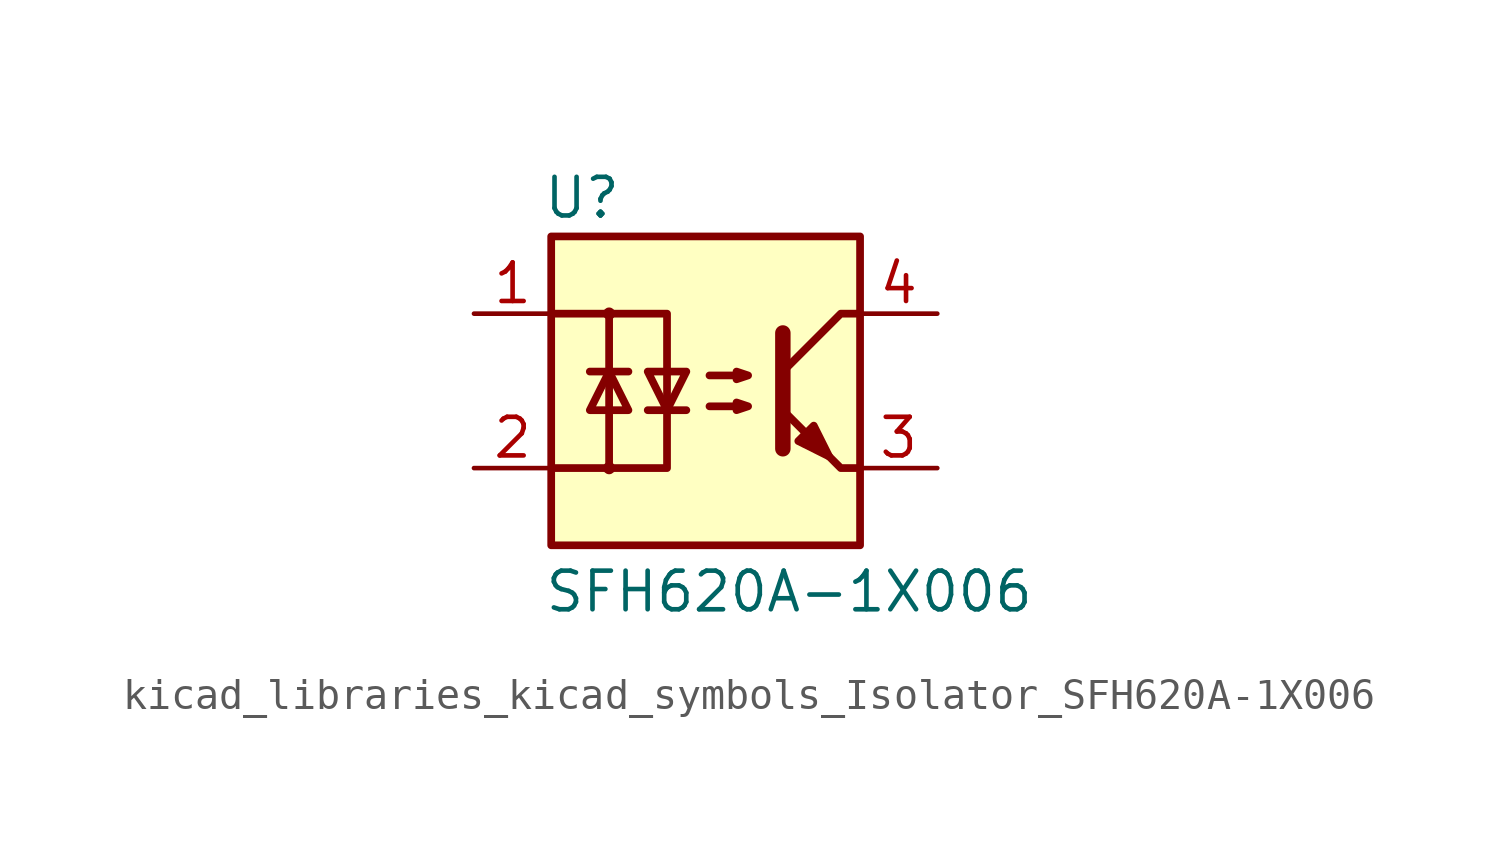
<source format=kicad_sym>
(kicad_symbol_lib
  (version 20220914)
  (generator kicad_symbol_editor)
  (symbol "kicad_libraries_kicad_symbols_Isolator_SFH620A-1X006"
    (pin_names
      (offset 1.016))
    (property "Reference" "U"
      (at -4.064 6.35 0)
      (effects (font (size 1.27 1.27))))
    (property "Value" "SFH620A-1X006"
      (at -5.334 -6.604 0)
      (effects (font (size 1.27 1.27)) (justify left)))
    (symbol "kicad_libraries_kicad_symbols_Isolator_SFH620A-1X006_1_1"
      (rectangle (start -5.08 5.08) (end 5.08 -5.08) (stroke (width 0.254) (type default)) (fill (type background)))
      (circle (center -3.175 -2.54) (radius 0.127) (stroke (width 0) (type default)) (fill (type none)))
      (circle (center -3.175 2.54) (radius 0.127) (stroke (width 0) (type default)) (fill (type none)))
      (polyline (pts (xy -3.81 0.635) (xy -2.54 0.635)) (stroke (width 0.254) (type default)) (fill (type none)))
      (polyline (pts (xy -1.905 -0.635) (xy -0.635 -0.635)) (stroke (width 0.254) (type default)) (fill (type none)))
      (polyline (pts (xy 2.54 1.905) (xy 2.54 -1.905) (xy 2.54 -1.905)) (stroke (width 0.508) (type default)) (fill (type none)))
      (polyline (pts (xy 5.08 -2.54) (xy 4.445 -2.54) (xy 2.54 -0.635)) (stroke (width 0.254) (type default)) (fill (type none)))
      (polyline (pts (xy 5.08 2.54) (xy 4.445 2.54) (xy 2.54 0.635)) (stroke (width 0.254) (type default)) (fill (type none)))
      (polyline (pts (xy -5.08 2.54) (xy -3.175 2.54) (xy -3.175 -2.54) (xy -5.08 -2.54)) (stroke (width 0.254) (type default)) (fill (type none)))
      (polyline (pts (xy -3.175 -2.54) (xy -1.27 -2.54) (xy -1.27 2.54) (xy -3.175 2.54)) (stroke (width 0.254) (type default)) (fill (type none)))
      (polyline (pts (xy -3.175 0.635) (xy -3.81 -0.635) (xy -2.54 -0.635) (xy -3.175 0.635)) (stroke (width 0.254) (type default)) (fill (type none)))
      (polyline (pts (xy -1.27 -0.635) (xy -1.905 0.635) (xy -0.635 0.635) (xy -1.27 -0.635)) (stroke (width 0.254) (type default)) (fill (type none)))
      (polyline (pts (xy 0.127 -0.508) (xy 1.397 -0.508) (xy 1.016 -0.635) (xy 1.016 -0.381) (xy 1.397 -0.508)) (stroke (width 0.254) (type default)) (fill (type none)))
      (polyline (pts (xy 0.127 0.508) (xy 1.397 0.508) (xy 1.016 0.381) (xy 1.016 0.635) (xy 1.397 0.508)) (stroke (width 0.254) (type default)) (fill (type none)))
      (polyline (pts (xy 3.048 -1.651) (xy 3.556 -1.143) (xy 4.064 -2.159) (xy 3.048 -1.651) (xy 3.048 -1.651)) (stroke (width 0.254) (type default)) (fill (type outline)))
      (pin passive line (at -7.62 2.54 0) (length 2.54) (name "~" (effects (font (size 1.27 1.27)))) (number "1" (effects (font (size 1.27 1.27)))))
      (pin passive line (at -7.62 -2.54 0) (length 2.54) (name "~" (effects (font (size 1.27 1.27)))) (number "2" (effects (font (size 1.27 1.27)))))
      (pin passive line (at 7.62 -2.54 180) (length 2.54) (name "~" (effects (font (size 1.27 1.27)))) (number "3" (effects (font (size 1.27 1.27)))))
      (pin passive line (at 7.62 2.54 180) (length 2.54) (name "~" (effects (font (size 1.27 1.27)))) (number "4" (effects (font (size 1.27 1.27))))))))
</source>
